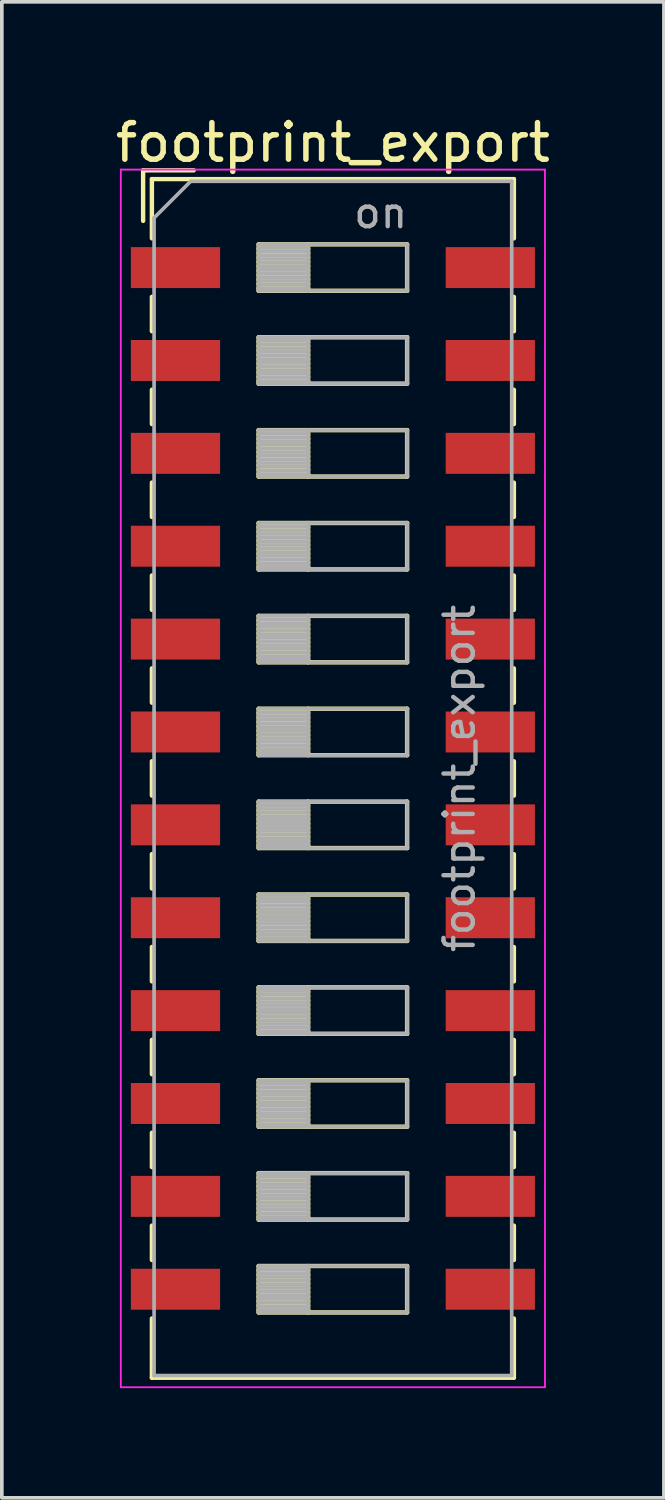
<source format=kicad_pcb>
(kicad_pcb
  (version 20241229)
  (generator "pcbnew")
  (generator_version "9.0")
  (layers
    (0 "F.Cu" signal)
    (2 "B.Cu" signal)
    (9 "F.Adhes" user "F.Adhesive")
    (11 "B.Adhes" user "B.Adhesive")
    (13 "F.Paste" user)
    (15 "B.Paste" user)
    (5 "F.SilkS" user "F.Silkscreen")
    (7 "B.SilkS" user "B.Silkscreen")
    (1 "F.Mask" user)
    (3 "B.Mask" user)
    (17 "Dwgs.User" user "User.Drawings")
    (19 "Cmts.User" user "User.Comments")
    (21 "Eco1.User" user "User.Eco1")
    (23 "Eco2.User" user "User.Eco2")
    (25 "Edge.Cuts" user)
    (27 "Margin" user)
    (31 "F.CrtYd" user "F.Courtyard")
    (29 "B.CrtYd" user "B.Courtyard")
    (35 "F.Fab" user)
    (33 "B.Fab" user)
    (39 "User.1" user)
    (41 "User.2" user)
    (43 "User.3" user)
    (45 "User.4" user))
  (footprint "footprint_export"
    (layer "F.Cu")
    (at 6.054 18.238)
    (property "Reference" "footprint_export" (at 0 -17.39 0) (layer "F.SilkS") (effects (font (size 1 1) (thickness 0.15))))
    (attr smd)
    (fp_line (start -5.19 -16.63) (end -5.19 -15.247) (stroke (width 0.12) (type solid)) (layer "F.SilkS"))
    (fp_line (start -5.19 -16.63) (end -3.806 -16.63) (stroke (width 0.12) (type solid)) (layer "F.SilkS"))
    (fp_line (start -4.95 -16.39) (end -4.95 -14.77) (stroke (width 0.12) (type solid)) (layer "F.SilkS"))
    (fp_line (start -4.95 -16.39) (end 4.95 -16.39) (stroke (width 0.12) (type solid)) (layer "F.SilkS"))
    (fp_line (start -4.95 -13.17) (end -4.95 -12.23) (stroke (width 0.12) (type solid)) (layer "F.SilkS"))
    (fp_line (start -4.95 -10.63) (end -4.95 -9.69) (stroke (width 0.12) (type solid)) (layer "F.SilkS"))
    (fp_line (start -4.95 -8.09) (end -4.95 -7.15) (stroke (width 0.12) (type solid)) (layer "F.SilkS"))
    (fp_line (start -4.95 -5.55) (end -4.95 -4.61) (stroke (width 0.12) (type solid)) (layer "F.SilkS"))
    (fp_line (start -4.95 -3.01) (end -4.95 -2.07) (stroke (width 0.12) (type solid)) (layer "F.SilkS"))
    (fp_line (start -4.95 -0.47) (end -4.95 0.47) (stroke (width 0.12) (type solid)) (layer "F.SilkS"))
    (fp_line (start -4.95 2.07) (end -4.95 3.01) (stroke (width 0.12) (type solid)) (layer "F.SilkS"))
    (fp_line (start -4.95 4.61) (end -4.95 5.55) (stroke (width 0.12) (type solid)) (layer "F.SilkS"))
    (fp_line (start -4.95 7.15) (end -4.95 8.09) (stroke (width 0.12) (type solid)) (layer "F.SilkS"))
    (fp_line (start -4.95 9.69) (end -4.95 10.63) (stroke (width 0.12) (type solid)) (layer "F.SilkS"))
    (fp_line (start -4.95 12.23) (end -4.95 13.17) (stroke (width 0.12) (type solid)) (layer "F.SilkS"))
    (fp_line (start -4.95 14.77) (end -4.95 16.39) (stroke (width 0.12) (type solid)) (layer "F.SilkS"))
    (fp_line (start -4.95 16.39) (end 4.95 16.39) (stroke (width 0.12) (type solid)) (layer "F.SilkS"))
    (fp_line (start -2.03 -14.605) (end -2.03 -13.335) (stroke (width 0.12) (type solid)) (layer "F.SilkS"))
    (fp_line (start -2.03 -14.485) (end -0.677 -14.485) (stroke (width 0.12) (type solid)) (layer "F.SilkS"))
    (fp_line (start -2.03 -14.365) (end -0.677 -14.365) (stroke (width 0.12) (type solid)) (layer "F.SilkS"))
    (fp_line (start -2.03 -14.245) (end -0.677 -14.245) (stroke (width 0.12) (type solid)) (layer "F.SilkS"))
    (fp_line (start -2.03 -14.125) (end -0.677 -14.125) (stroke (width 0.12) (type solid)) (layer "F.SilkS"))
    (fp_line (start -2.03 -14.005) (end -0.677 -14.005) (stroke (width 0.12) (type solid)) (layer "F.SilkS"))
    (fp_line (start -2.03 -13.885) (end -0.677 -13.885) (stroke (width 0.12) (type solid)) (layer "F.SilkS"))
    (fp_line (start -2.03 -13.765) (end -0.677 -13.765) (stroke (width 0.12) (type solid)) (layer "F.SilkS"))
    (fp_line (start -2.03 -13.645) (end -0.677 -13.645) (stroke (width 0.12) (type solid)) (layer "F.SilkS"))
    (fp_line (start -2.03 -13.525) (end -0.677 -13.525) (stroke (width 0.12) (type solid)) (layer "F.SilkS"))
    (fp_line (start -2.03 -13.405) (end -0.677 -13.405) (stroke (width 0.12) (type solid)) (layer "F.SilkS"))
    (fp_line (start -2.03 -13.335) (end 2.03 -13.335) (stroke (width 0.12) (type solid)) (layer "F.SilkS"))
    (fp_line (start -2.03 -12.065) (end -2.03 -10.795) (stroke (width 0.12) (type solid)) (layer "F.SilkS"))
    (fp_line (start -2.03 -11.945) (end -0.677 -11.945) (stroke (width 0.12) (type solid)) (layer "F.SilkS"))
    (fp_line (start -2.03 -11.825) (end -0.677 -11.825) (stroke (width 0.12) (type solid)) (layer "F.SilkS"))
    (fp_line (start -2.03 -11.705) (end -0.677 -11.705) (stroke (width 0.12) (type solid)) (layer "F.SilkS"))
    (fp_line (start -2.03 -11.585) (end -0.677 -11.585) (stroke (width 0.12) (type solid)) (layer "F.SilkS"))
    (fp_line (start -2.03 -11.465) (end -0.677 -11.465) (stroke (width 0.12) (type solid)) (layer "F.SilkS"))
    (fp_line (start -2.03 -11.345) (end -0.677 -11.345) (stroke (width 0.12) (type solid)) (layer "F.SilkS"))
    (fp_line (start -2.03 -11.225) (end -0.677 -11.225) (stroke (width 0.12) (type solid)) (layer "F.SilkS"))
    (fp_line (start -2.03 -11.105) (end -0.677 -11.105) (stroke (width 0.12) (type solid)) (layer "F.SilkS"))
    (fp_line (start -2.03 -10.985) (end -0.677 -10.985) (stroke (width 0.12) (type solid)) (layer "F.SilkS"))
    (fp_line (start -2.03 -10.865) (end -0.677 -10.865) (stroke (width 0.12) (type solid)) (layer "F.SilkS"))
    (fp_line (start -2.03 -10.795) (end 2.03 -10.795) (stroke (width 0.12) (type solid)) (layer "F.SilkS"))
    (fp_line (start -2.03 -9.525) (end -2.03 -8.255) (stroke (width 0.12) (type solid)) (layer "F.SilkS"))
    (fp_line (start -2.03 -9.405) (end -0.677 -9.405) (stroke (width 0.12) (type solid)) (layer "F.SilkS"))
    (fp_line (start -2.03 -9.285) (end -0.677 -9.285) (stroke (width 0.12) (type solid)) (layer "F.SilkS"))
    (fp_line (start -2.03 -9.165) (end -0.677 -9.165) (stroke (width 0.12) (type solid)) (layer "F.SilkS"))
    (fp_line (start -2.03 -9.045) (end -0.677 -9.045) (stroke (width 0.12) (type solid)) (layer "F.SilkS"))
    (fp_line (start -2.03 -8.925) (end -0.677 -8.925) (stroke (width 0.12) (type solid)) (layer "F.SilkS"))
    (fp_line (start -2.03 -8.805) (end -0.677 -8.805) (stroke (width 0.12) (type solid)) (layer "F.SilkS"))
    (fp_line (start -2.03 -8.685) (end -0.677 -8.685) (stroke (width 0.12) (type solid)) (layer "F.SilkS"))
    (fp_line (start -2.03 -8.565) (end -0.677 -8.565) (stroke (width 0.12) (type solid)) (layer "F.SilkS"))
    (fp_line (start -2.03 -8.445) (end -0.677 -8.445) (stroke (width 0.12) (type solid)) (layer "F.SilkS"))
    (fp_line (start -2.03 -8.325) (end -0.677 -8.325) (stroke (width 0.12) (type solid)) (layer "F.SilkS"))
    (fp_line (start -2.03 -8.255) (end 2.03 -8.255) (stroke (width 0.12) (type solid)) (layer "F.SilkS"))
    (fp_line (start -2.03 -6.985) (end -2.03 -5.715) (stroke (width 0.12) (type solid)) (layer "F.SilkS"))
    (fp_line (start -2.03 -6.865) (end -0.677 -6.865) (stroke (width 0.12) (type solid)) (layer "F.SilkS"))
    (fp_line (start -2.03 -6.745) (end -0.677 -6.745) (stroke (width 0.12) (type solid)) (layer "F.SilkS"))
    (fp_line (start -2.03 -6.625) (end -0.677 -6.625) (stroke (width 0.12) (type solid)) (layer "F.SilkS"))
    (fp_line (start -2.03 -6.505) (end -0.677 -6.505) (stroke (width 0.12) (type solid)) (layer "F.SilkS"))
    (fp_line (start -2.03 -6.385) (end -0.677 -6.385) (stroke (width 0.12) (type solid)) (layer "F.SilkS"))
    (fp_line (start -2.03 -6.265) (end -0.677 -6.265) (stroke (width 0.12) (type solid)) (layer "F.SilkS"))
    (fp_line (start -2.03 -6.145) (end -0.677 -6.145) (stroke (width 0.12) (type solid)) (layer "F.SilkS"))
    (fp_line (start -2.03 -6.025) (end -0.677 -6.025) (stroke (width 0.12) (type solid)) (layer "F.SilkS"))
    (fp_line (start -2.03 -5.905) (end -0.677 -5.905) (stroke (width 0.12) (type solid)) (layer "F.SilkS"))
    (fp_line (start -2.03 -5.785) (end -0.677 -5.785) (stroke (width 0.12) (type solid)) (layer "F.SilkS"))
    (fp_line (start -2.03 -5.715) (end 2.03 -5.715) (stroke (width 0.12) (type solid)) (layer "F.SilkS"))
    (fp_line (start -2.03 -4.445) (end -2.03 -3.175) (stroke (width 0.12) (type solid)) (layer "F.SilkS"))
    (fp_line (start -2.03 -4.325) (end -0.677 -4.325) (stroke (width 0.12) (type solid)) (layer "F.SilkS"))
    (fp_line (start -2.03 -4.205) (end -0.677 -4.205) (stroke (width 0.12) (type solid)) (layer "F.SilkS"))
    (fp_line (start -2.03 -4.085) (end -0.677 -4.085) (stroke (width 0.12) (type solid)) (layer "F.SilkS"))
    (fp_line (start -2.03 -3.965) (end -0.677 -3.965) (stroke (width 0.12) (type solid)) (layer "F.SilkS"))
    (fp_line (start -2.03 -3.845) (end -0.677 -3.845) (stroke (width 0.12) (type solid)) (layer "F.SilkS"))
    (fp_line (start -2.03 -3.725) (end -0.677 -3.725) (stroke (width 0.12) (type solid)) (layer "F.SilkS"))
    (fp_line (start -2.03 -3.605) (end -0.677 -3.605) (stroke (width 0.12) (type solid)) (layer "F.SilkS"))
    (fp_line (start -2.03 -3.485) (end -0.677 -3.485) (stroke (width 0.12) (type solid)) (layer "F.SilkS"))
    (fp_line (start -2.03 -3.365) (end -0.677 -3.365) (stroke (width 0.12) (type solid)) (layer "F.SilkS"))
    (fp_line (start -2.03 -3.245) (end -0.677 -3.245) (stroke (width 0.12) (type solid)) (layer "F.SilkS"))
    (fp_line (start -2.03 -3.175) (end 2.03 -3.175) (stroke (width 0.12) (type solid)) (layer "F.SilkS"))
    (fp_line (start -2.03 -1.905) (end -2.03 -0.635) (stroke (width 0.12) (type solid)) (layer "F.SilkS"))
    (fp_line (start -2.03 -1.785) (end -0.677 -1.785) (stroke (width 0.12) (type solid)) (layer "F.SilkS"))
    (fp_line (start -2.03 -1.665) (end -0.677 -1.665) (stroke (width 0.12) (type solid)) (layer "F.SilkS"))
    (fp_line (start -2.03 -1.545) (end -0.677 -1.545) (stroke (width 0.12) (type solid)) (layer "F.SilkS"))
    (fp_line (start -2.03 -1.425) (end -0.677 -1.425) (stroke (width 0.12) (type solid)) (layer "F.SilkS"))
    (fp_line (start -2.03 -1.305) (end -0.677 -1.305) (stroke (width 0.12) (type solid)) (layer "F.SilkS"))
    (fp_line (start -2.03 -1.185) (end -0.677 -1.185) (stroke (width 0.12) (type solid)) (layer "F.SilkS"))
    (fp_line (start -2.03 -1.065) (end -0.677 -1.065) (stroke (width 0.12) (type solid)) (layer "F.SilkS"))
    (fp_line (start -2.03 -0.945) (end -0.677 -0.945) (stroke (width 0.12) (type solid)) (layer "F.SilkS"))
    (fp_line (start -2.03 -0.825) (end -0.677 -0.825) (stroke (width 0.12) (type solid)) (layer "F.SilkS"))
    (fp_line (start -2.03 -0.705) (end -0.677 -0.705) (stroke (width 0.12) (type solid)) (layer "F.SilkS"))
    (fp_line (start -2.03 -0.635) (end 2.03 -0.635) (stroke (width 0.12) (type solid)) (layer "F.SilkS"))
    (fp_line (start -2.03 0.635) (end -2.03 1.905) (stroke (width 0.12) (type solid)) (layer "F.SilkS"))
    (fp_line (start -2.03 0.755) (end -0.677 0.755) (stroke (width 0.12) (type solid)) (layer "F.SilkS"))
    (fp_line (start -2.03 0.875) (end -0.677 0.875) (stroke (width 0.12) (type solid)) (layer "F.SilkS"))
    (fp_line (start -2.03 0.995) (end -0.677 0.995) (stroke (width 0.12) (type solid)) (layer "F.SilkS"))
    (fp_line (start -2.03 1.115) (end -0.677 1.115) (stroke (width 0.12) (type solid)) (layer "F.SilkS"))
    (fp_line (start -2.03 1.235) (end -0.677 1.235) (stroke (width 0.12) (type solid)) (layer "F.SilkS"))
    (fp_line (start -2.03 1.355) (end -0.677 1.355) (stroke (width 0.12) (type solid)) (layer "F.SilkS"))
    (fp_line (start -2.03 1.475) (end -0.677 1.475) (stroke (width 0.12) (type solid)) (layer "F.SilkS"))
    (fp_line (start -2.03 1.595) (end -0.677 1.595) (stroke (width 0.12) (type solid)) (layer "F.SilkS"))
    (fp_line (start -2.03 1.715) (end -0.677 1.715) (stroke (width 0.12) (type solid)) (layer "F.SilkS"))
    (fp_line (start -2.03 1.835) (end -0.677 1.835) (stroke (width 0.12) (type solid)) (layer "F.SilkS"))
    (fp_line (start -2.03 1.905) (end 2.03 1.905) (stroke (width 0.12) (type solid)) (layer "F.SilkS"))
    (fp_line (start -2.03 3.175) (end -2.03 4.445) (stroke (width 0.12) (type solid)) (layer "F.SilkS"))
    (fp_line (start -2.03 3.295) (end -0.677 3.295) (stroke (width 0.12) (type solid)) (layer "F.SilkS"))
    (fp_line (start -2.03 3.415) (end -0.677 3.415) (stroke (width 0.12) (type solid)) (layer "F.SilkS"))
    (fp_line (start -2.03 3.535) (end -0.677 3.535) (stroke (width 0.12) (type solid)) (layer "F.SilkS"))
    (fp_line (start -2.03 3.655) (end -0.677 3.655) (stroke (width 0.12) (type solid)) (layer "F.SilkS"))
    (fp_line (start -2.03 3.775) (end -0.677 3.775) (stroke (width 0.12) (type solid)) (layer "F.SilkS"))
    (fp_line (start -2.03 3.895) (end -0.677 3.895) (stroke (width 0.12) (type solid)) (layer "F.SilkS"))
    (fp_line (start -2.03 4.015) (end -0.677 4.015) (stroke (width 0.12) (type solid)) (layer "F.SilkS"))
    (fp_line (start -2.03 4.135) (end -0.677 4.135) (stroke (width 0.12) (type solid)) (layer "F.SilkS"))
    (fp_line (start -2.03 4.255) (end -0.677 4.255) (stroke (width 0.12) (type solid)) (layer "F.SilkS"))
    (fp_line (start -2.03 4.375) (end -0.677 4.375) (stroke (width 0.12) (type solid)) (layer "F.SilkS"))
    (fp_line (start -2.03 4.445) (end 2.03 4.445) (stroke (width 0.12) (type solid)) (layer "F.SilkS"))
    (fp_line (start -2.03 5.715) (end -2.03 6.985) (stroke (width 0.12) (type solid)) (layer "F.SilkS"))
    (fp_line (start -2.03 5.835) (end -0.677 5.835) (stroke (width 0.12) (type solid)) (layer "F.SilkS"))
    (fp_line (start -2.03 5.955) (end -0.677 5.955) (stroke (width 0.12) (type solid)) (layer "F.SilkS"))
    (fp_line (start -2.03 6.075) (end -0.677 6.075) (stroke (width 0.12) (type solid)) (layer "F.SilkS"))
    (fp_line (start -2.03 6.195) (end -0.677 6.195) (stroke (width 0.12) (type solid)) (layer "F.SilkS"))
    (fp_line (start -2.03 6.315) (end -0.677 6.315) (stroke (width 0.12) (type solid)) (layer "F.SilkS"))
    (fp_line (start -2.03 6.435) (end -0.677 6.435) (stroke (width 0.12) (type solid)) (layer "F.SilkS"))
    (fp_line (start -2.03 6.555) (end -0.677 6.555) (stroke (width 0.12) (type solid)) (layer "F.SilkS"))
    (fp_line (start -2.03 6.675) (end -0.677 6.675) (stroke (width 0.12) (type solid)) (layer "F.SilkS"))
    (fp_line (start -2.03 6.795) (end -0.677 6.795) (stroke (width 0.12) (type solid)) (layer "F.SilkS"))
    (fp_line (start -2.03 6.915) (end -0.677 6.915) (stroke (width 0.12) (type solid)) (layer "F.SilkS"))
    (fp_line (start -2.03 6.985) (end 2.03 6.985) (stroke (width 0.12) (type solid)) (layer "F.SilkS"))
    (fp_line (start -2.03 8.255) (end -2.03 9.525) (stroke (width 0.12) (type solid)) (layer "F.SilkS"))
    (fp_line (start -2.03 8.375) (end -0.677 8.375) (stroke (width 0.12) (type solid)) (layer "F.SilkS"))
    (fp_line (start -2.03 8.495) (end -0.677 8.495) (stroke (width 0.12) (type solid)) (layer "F.SilkS"))
    (fp_line (start -2.03 8.615) (end -0.677 8.615) (stroke (width 0.12) (type solid)) (layer "F.SilkS"))
    (fp_line (start -2.03 8.735) (end -0.677 8.735) (stroke (width 0.12) (type solid)) (layer "F.SilkS"))
    (fp_line (start -2.03 8.855) (end -0.677 8.855) (stroke (width 0.12) (type solid)) (layer "F.SilkS"))
    (fp_line (start -2.03 8.975) (end -0.677 8.975) (stroke (width 0.12) (type solid)) (layer "F.SilkS"))
    (fp_line (start -2.03 9.095) (end -0.677 9.095) (stroke (width 0.12) (type solid)) (layer "F.SilkS"))
    (fp_line (start -2.03 9.215) (end -0.677 9.215) (stroke (width 0.12) (type solid)) (layer "F.SilkS"))
    (fp_line (start -2.03 9.335) (end -0.677 9.335) (stroke (width 0.12) (type solid)) (layer "F.SilkS"))
    (fp_line (start -2.03 9.455) (end -0.677 9.455) (stroke (width 0.12) (type solid)) (layer "F.SilkS"))
    (fp_line (start -2.03 9.525) (end 2.03 9.525) (stroke (width 0.12) (type solid)) (layer "F.SilkS"))
    (fp_line (start -2.03 10.795) (end -2.03 12.065) (stroke (width 0.12) (type solid)) (layer "F.SilkS"))
    (fp_line (start -2.03 10.915) (end -0.677 10.915) (stroke (width 0.12) (type solid)) (layer "F.SilkS"))
    (fp_line (start -2.03 11.035) (end -0.677 11.035) (stroke (width 0.12) (type solid)) (layer "F.SilkS"))
    (fp_line (start -2.03 11.155) (end -0.677 11.155) (stroke (width 0.12) (type solid)) (layer "F.SilkS"))
    (fp_line (start -2.03 11.275) (end -0.677 11.275) (stroke (width 0.12) (type solid)) (layer "F.SilkS"))
    (fp_line (start -2.03 11.395) (end -0.677 11.395) (stroke (width 0.12) (type solid)) (layer "F.SilkS"))
    (fp_line (start -2.03 11.515) (end -0.677 11.515) (stroke (width 0.12) (type solid)) (layer "F.SilkS"))
    (fp_line (start -2.03 11.635) (end -0.677 11.635) (stroke (width 0.12) (type solid)) (layer "F.SilkS"))
    (fp_line (start -2.03 11.755) (end -0.677 11.755) (stroke (width 0.12) (type solid)) (layer "F.SilkS"))
    (fp_line (start -2.03 11.875) (end -0.677 11.875) (stroke (width 0.12) (type solid)) (layer "F.SilkS"))
    (fp_line (start -2.03 11.995) (end -0.677 11.995) (stroke (width 0.12) (type solid)) (layer "F.SilkS"))
    (fp_line (start -2.03 12.065) (end 2.03 12.065) (stroke (width 0.12) (type solid)) (layer "F.SilkS"))
    (fp_line (start -2.03 13.335) (end -2.03 14.605) (stroke (width 0.12) (type solid)) (layer "F.SilkS"))
    (fp_line (start -2.03 13.455) (end -0.677 13.455) (stroke (width 0.12) (type solid)) (layer "F.SilkS"))
    (fp_line (start -2.03 13.575) (end -0.677 13.575) (stroke (width 0.12) (type solid)) (layer "F.SilkS"))
    (fp_line (start -2.03 13.695) (end -0.677 13.695) (stroke (width 0.12) (type solid)) (layer "F.SilkS"))
    (fp_line (start -2.03 13.815) (end -0.677 13.815) (stroke (width 0.12) (type solid)) (layer "F.SilkS"))
    (fp_line (start -2.03 13.935) (end -0.677 13.935) (stroke (width 0.12) (type solid)) (layer "F.SilkS"))
    (fp_line (start -2.03 14.055) (end -0.677 14.055) (stroke (width 0.12) (type solid)) (layer "F.SilkS"))
    (fp_line (start -2.03 14.175) (end -0.677 14.175) (stroke (width 0.12) (type solid)) (layer "F.SilkS"))
    (fp_line (start -2.03 14.295) (end -0.677 14.295) (stroke (width 0.12) (type solid)) (layer "F.SilkS"))
    (fp_line (start -2.03 14.415) (end -0.677 14.415) (stroke (width 0.12) (type solid)) (layer "F.SilkS"))
    (fp_line (start -2.03 14.535) (end -0.677 14.535) (stroke (width 0.12) (type solid)) (layer "F.SilkS"))
    (fp_line (start -2.03 14.605) (end 2.03 14.605) (stroke (width 0.12) (type solid)) (layer "F.SilkS"))
    (fp_line (start -0.677 -14.605) (end -0.677 -13.335) (stroke (width 0.12) (type solid)) (layer "F.SilkS"))
    (fp_line (start -0.677 -12.065) (end -0.677 -10.795) (stroke (width 0.12) (type solid)) (layer "F.SilkS"))
    (fp_line (start -0.677 -9.525) (end -0.677 -8.255) (stroke (width 0.12) (type solid)) (layer "F.SilkS"))
    (fp_line (start -0.677 -6.985) (end -0.677 -5.715) (stroke (width 0.12) (type solid)) (layer "F.SilkS"))
    (fp_line (start -0.677 -4.445) (end -0.677 -3.175) (stroke (width 0.12) (type solid)) (layer "F.SilkS"))
    (fp_line (start -0.677 -1.905) (end -0.677 -0.635) (stroke (width 0.12) (type solid)) (layer "F.SilkS"))
    (fp_line (start -0.677 0.635) (end -0.677 1.905) (stroke (width 0.12) (type solid)) (layer "F.SilkS"))
    (fp_line (start -0.677 3.175) (end -0.677 4.445) (stroke (width 0.12) (type solid)) (layer "F.SilkS"))
    (fp_line (start -0.677 5.715) (end -0.677 6.985) (stroke (width 0.12) (type solid)) (layer "F.SilkS"))
    (fp_line (start -0.677 8.255) (end -0.677 9.525) (stroke (width 0.12) (type solid)) (layer "F.SilkS"))
    (fp_line (start -0.677 10.795) (end -0.677 12.065) (stroke (width 0.12) (type solid)) (layer "F.SilkS"))
    (fp_line (start -0.677 13.335) (end -0.677 14.605) (stroke (width 0.12) (type solid)) (layer "F.SilkS"))
    (fp_line (start 2.03 -14.605) (end -2.03 -14.605) (stroke (width 0.12) (type solid)) (layer "F.SilkS"))
    (fp_line (start 2.03 -13.335) (end 2.03 -14.605) (stroke (width 0.12) (type solid)) (layer "F.SilkS"))
    (fp_line (start 2.03 -12.065) (end -2.03 -12.065) (stroke (width 0.12) (type solid)) (layer "F.SilkS"))
    (fp_line (start 2.03 -10.795) (end 2.03 -12.065) (stroke (width 0.12) (type solid)) (layer "F.SilkS"))
    (fp_line (start 2.03 -9.525) (end -2.03 -9.525) (stroke (width 0.12) (type solid)) (layer "F.SilkS"))
    (fp_line (start 2.03 -8.255) (end 2.03 -9.525) (stroke (width 0.12) (type solid)) (layer "F.SilkS"))
    (fp_line (start 2.03 -6.985) (end -2.03 -6.985) (stroke (width 0.12) (type solid)) (layer "F.SilkS"))
    (fp_line (start 2.03 -5.715) (end 2.03 -6.985) (stroke (width 0.12) (type solid)) (layer "F.SilkS"))
    (fp_line (start 2.03 -4.445) (end -2.03 -4.445) (stroke (width 0.12) (type solid)) (layer "F.SilkS"))
    (fp_line (start 2.03 -3.175) (end 2.03 -4.445) (stroke (width 0.12) (type solid)) (layer "F.SilkS"))
    (fp_line (start 2.03 -1.905) (end -2.03 -1.905) (stroke (width 0.12) (type solid)) (layer "F.SilkS"))
    (fp_line (start 2.03 -0.635) (end 2.03 -1.905) (stroke (width 0.12) (type solid)) (layer "F.SilkS"))
    (fp_line (start 2.03 0.635) (end -2.03 0.635) (stroke (width 0.12) (type solid)) (layer "F.SilkS"))
    (fp_line (start 2.03 1.905) (end 2.03 0.635) (stroke (width 0.12) (type solid)) (layer "F.SilkS"))
    (fp_line (start 2.03 3.175) (end -2.03 3.175) (stroke (width 0.12) (type solid)) (layer "F.SilkS"))
    (fp_line (start 2.03 4.445) (end 2.03 3.175) (stroke (width 0.12) (type solid)) (layer "F.SilkS"))
    (fp_line (start 2.03 5.715) (end -2.03 5.715) (stroke (width 0.12) (type solid)) (layer "F.SilkS"))
    (fp_line (start 2.03 6.985) (end 2.03 5.715) (stroke (width 0.12) (type solid)) (layer "F.SilkS"))
    (fp_line (start 2.03 8.255) (end -2.03 8.255) (stroke (width 0.12) (type solid)) (layer "F.SilkS"))
    (fp_line (start 2.03 9.525) (end 2.03 8.255) (stroke (width 0.12) (type solid)) (layer "F.SilkS"))
    (fp_line (start 2.03 10.795) (end -2.03 10.795) (stroke (width 0.12) (type solid)) (layer "F.SilkS"))
    (fp_line (start 2.03 12.065) (end 2.03 10.795) (stroke (width 0.12) (type solid)) (layer "F.SilkS"))
    (fp_line (start 2.03 13.335) (end -2.03 13.335) (stroke (width 0.12) (type solid)) (layer "F.SilkS"))
    (fp_line (start 2.03 14.605) (end 2.03 13.335) (stroke (width 0.12) (type solid)) (layer "F.SilkS"))
    (fp_line (start 4.95 -16.39) (end 4.95 -14.77) (stroke (width 0.12) (type solid)) (layer "F.SilkS"))
    (fp_line (start 4.95 -13.169) (end 4.95 -12.229) (stroke (width 0.12) (type solid)) (layer "F.SilkS"))
    (fp_line (start 4.95 -10.629) (end 4.95 -9.689) (stroke (width 0.12) (type solid)) (layer "F.SilkS"))
    (fp_line (start 4.95 -8.089) (end 4.95 -7.149) (stroke (width 0.12) (type solid)) (layer "F.SilkS"))
    (fp_line (start 4.95 -5.549) (end 4.95 -4.609) (stroke (width 0.12) (type solid)) (layer "F.SilkS"))
    (fp_line (start 4.95 -3.009) (end 4.95 -2.069) (stroke (width 0.12) (type solid)) (layer "F.SilkS"))
    (fp_line (start 4.95 -0.469) (end 4.95 0.471) (stroke (width 0.12) (type solid)) (layer "F.SilkS"))
    (fp_line (start 4.95 2.071) (end 4.95 3.011) (stroke (width 0.12) (type solid)) (layer "F.SilkS"))
    (fp_line (start 4.95 4.611) (end 4.95 5.551) (stroke (width 0.12) (type solid)) (layer "F.SilkS"))
    (fp_line (start 4.95 7.151) (end 4.95 8.09) (stroke (width 0.12) (type solid)) (layer "F.SilkS"))
    (fp_line (start 4.95 9.691) (end 4.95 10.63) (stroke (width 0.12) (type solid)) (layer "F.SilkS"))
    (fp_line (start 4.95 12.231) (end 4.95 13.17) (stroke (width 0.12) (type solid)) (layer "F.SilkS"))
    (fp_line (start 4.95 14.77) (end 4.95 16.39) (stroke (width 0.12) (type solid)) (layer "F.SilkS"))
    (fp_line (start -5.8 -16.65) (end -5.8 16.65) (stroke (width 0.05) (type solid)) (layer "F.CrtYd"))
    (fp_line (start -5.8 16.65) (end 5.8 16.65) (stroke (width 0.05) (type solid)) (layer "F.CrtYd"))
    (fp_line (start 5.8 -16.65) (end -5.8 -16.65) (stroke (width 0.05) (type solid)) (layer "F.CrtYd"))
    (fp_line (start 5.8 16.65) (end 5.8 -16.65) (stroke (width 0.05) (type solid)) (layer "F.CrtYd"))
    (fp_line (start -4.89 -15.33) (end -3.89 -16.33) (stroke (width 0.1) (type solid)) (layer "F.Fab"))
    (fp_line (start -4.89 16.33) (end -4.89 -15.33) (stroke (width 0.1) (type solid)) (layer "F.Fab"))
    (fp_line (start -3.89 -16.33) (end 4.89 -16.33) (stroke (width 0.1) (type solid)) (layer "F.Fab"))
    (fp_line (start -2.03 -14.605) (end -2.03 -13.335) (stroke (width 0.1) (type solid)) (layer "F.Fab"))
    (fp_line (start -2.03 -14.505) (end -0.677 -14.505) (stroke (width 0.1) (type solid)) (layer "F.Fab"))
    (fp_line (start -2.03 -14.405) (end -0.677 -14.405) (stroke (width 0.1) (type solid)) (layer "F.Fab"))
    (fp_line (start -2.03 -14.305) (end -0.677 -14.305) (stroke (width 0.1) (type solid)) (layer "F.Fab"))
    (fp_line (start -2.03 -14.205) (end -0.677 -14.205) (stroke (width 0.1) (type solid)) (layer "F.Fab"))
    (fp_line (start -2.03 -14.105) (end -0.677 -14.105) (stroke (width 0.1) (type solid)) (layer "F.Fab"))
    (fp_line (start -2.03 -14.005) (end -0.677 -14.005) (stroke (width 0.1) (type solid)) (layer "F.Fab"))
    (fp_line (start -2.03 -13.905) (end -0.677 -13.905) (stroke (width 0.1) (type solid)) (layer "F.Fab"))
    (fp_line (start -2.03 -13.805) (end -0.677 -13.805) (stroke (width 0.1) (type solid)) (layer "F.Fab"))
    (fp_line (start -2.03 -13.705) (end -0.677 -13.705) (stroke (width 0.1) (type solid)) (layer "F.Fab"))
    (fp_line (start -2.03 -13.605) (end -0.677 -13.605) (stroke (width 0.1) (type solid)) (layer "F.Fab"))
    (fp_line (start -2.03 -13.505) (end -0.677 -13.505) (stroke (width 0.1) (type solid)) (layer "F.Fab"))
    (fp_line (start -2.03 -13.405) (end -0.677 -13.405) (stroke (width 0.1) (type solid)) (layer "F.Fab"))
    (fp_line (start -2.03 -13.335) (end 2.03 -13.335) (stroke (width 0.1) (type solid)) (layer "F.Fab"))
    (fp_line (start -2.03 -12.065) (end -2.03 -10.795) (stroke (width 0.1) (type solid)) (layer "F.Fab"))
    (fp_line (start -2.03 -11.965) (end -0.677 -11.965) (stroke (width 0.1) (type solid)) (layer "F.Fab"))
    (fp_line (start -2.03 -11.865) (end -0.677 -11.865) (stroke (width 0.1) (type solid)) (layer "F.Fab"))
    (fp_line (start -2.03 -11.765) (end -0.677 -11.765) (stroke (width 0.1) (type solid)) (layer "F.Fab"))
    (fp_line (start -2.03 -11.665) (end -0.677 -11.665) (stroke (width 0.1) (type solid)) (layer "F.Fab"))
    (fp_line (start -2.03 -11.565) (end -0.677 -11.565) (stroke (width 0.1) (type solid)) (layer "F.Fab"))
    (fp_line (start -2.03 -11.465) (end -0.677 -11.465) (stroke (width 0.1) (type solid)) (layer "F.Fab"))
    (fp_line (start -2.03 -11.365) (end -0.677 -11.365) (stroke (width 0.1) (type solid)) (layer "F.Fab"))
    (fp_line (start -2.03 -11.265) (end -0.677 -11.265) (stroke (width 0.1) (type solid)) (layer "F.Fab"))
    (fp_line (start -2.03 -11.165) (end -0.677 -11.165) (stroke (width 0.1) (type solid)) (layer "F.Fab"))
    (fp_line (start -2.03 -11.065) (end -0.677 -11.065) (stroke (width 0.1) (type solid)) (layer "F.Fab"))
    (fp_line (start -2.03 -10.965) (end -0.677 -10.965) (stroke (width 0.1) (type solid)) (layer "F.Fab"))
    (fp_line (start -2.03 -10.865) (end -0.677 -10.865) (stroke (width 0.1) (type solid)) (layer "F.Fab"))
    (fp_line (start -2.03 -10.795) (end 2.03 -10.795) (stroke (width 0.1) (type solid)) (layer "F.Fab"))
    (fp_line (start -2.03 -9.525) (end -2.03 -8.255) (stroke (width 0.1) (type solid)) (layer "F.Fab"))
    (fp_line (start -2.03 -9.425) (end -0.677 -9.425) (stroke (width 0.1) (type solid)) (layer "F.Fab"))
    (fp_line (start -2.03 -9.325) (end -0.677 -9.325) (stroke (width 0.1) (type solid)) (layer "F.Fab"))
    (fp_line (start -2.03 -9.225) (end -0.677 -9.225) (stroke (width 0.1) (type solid)) (layer "F.Fab"))
    (fp_line (start -2.03 -9.125) (end -0.677 -9.125) (stroke (width 0.1) (type solid)) (layer "F.Fab"))
    (fp_line (start -2.03 -9.025) (end -0.677 -9.025) (stroke (width 0.1) (type solid)) (layer "F.Fab"))
    (fp_line (start -2.03 -8.925) (end -0.677 -8.925) (stroke (width 0.1) (type solid)) (layer "F.Fab"))
    (fp_line (start -2.03 -8.825) (end -0.677 -8.825) (stroke (width 0.1) (type solid)) (layer "F.Fab"))
    (fp_line (start -2.03 -8.725) (end -0.677 -8.725) (stroke (width 0.1) (type solid)) (layer "F.Fab"))
    (fp_line (start -2.03 -8.625) (end -0.677 -8.625) (stroke (width 0.1) (type solid)) (layer "F.Fab"))
    (fp_line (start -2.03 -8.525) (end -0.677 -8.525) (stroke (width 0.1) (type solid)) (layer "F.Fab"))
    (fp_line (start -2.03 -8.425) (end -0.677 -8.425) (stroke (width 0.1) (type solid)) (layer "F.Fab"))
    (fp_line (start -2.03 -8.325) (end -0.677 -8.325) (stroke (width 0.1) (type solid)) (layer "F.Fab"))
    (fp_line (start -2.03 -8.255) (end 2.03 -8.255) (stroke (width 0.1) (type solid)) (layer "F.Fab"))
    (fp_line (start -2.03 -6.985) (end -2.03 -5.715) (stroke (width 0.1) (type solid)) (layer "F.Fab"))
    (fp_line (start -2.03 -6.885) (end -0.677 -6.885) (stroke (width 0.1) (type solid)) (layer "F.Fab"))
    (fp_line (start -2.03 -6.785) (end -0.677 -6.785) (stroke (width 0.1) (type solid)) (layer "F.Fab"))
    (fp_line (start -2.03 -6.685) (end -0.677 -6.685) (stroke (width 0.1) (type solid)) (layer "F.Fab"))
    (fp_line (start -2.03 -6.585) (end -0.677 -6.585) (stroke (width 0.1) (type solid)) (layer "F.Fab"))
    (fp_line (start -2.03 -6.485) (end -0.677 -6.485) (stroke (width 0.1) (type solid)) (layer "F.Fab"))
    (fp_line (start -2.03 -6.385) (end -0.677 -6.385) (stroke (width 0.1) (type solid)) (layer "F.Fab"))
    (fp_line (start -2.03 -6.285) (end -0.677 -6.285) (stroke (width 0.1) (type solid)) (layer "F.Fab"))
    (fp_line (start -2.03 -6.185) (end -0.677 -6.185) (stroke (width 0.1) (type solid)) (layer "F.Fab"))
    (fp_line (start -2.03 -6.085) (end -0.677 -6.085) (stroke (width 0.1) (type solid)) (layer "F.Fab"))
    (fp_line (start -2.03 -5.985) (end -0.677 -5.985) (stroke (width 0.1) (type solid)) (layer "F.Fab"))
    (fp_line (start -2.03 -5.885) (end -0.677 -5.885) (stroke (width 0.1) (type solid)) (layer "F.Fab"))
    (fp_line (start -2.03 -5.785) (end -0.677 -5.785) (stroke (width 0.1) (type solid)) (layer "F.Fab"))
    (fp_line (start -2.03 -5.715) (end 2.03 -5.715) (stroke (width 0.1) (type solid)) (layer "F.Fab"))
    (fp_line (start -2.03 -4.445) (end -2.03 -3.175) (stroke (width 0.1) (type solid)) (layer "F.Fab"))
    (fp_line (start -2.03 -4.345) (end -0.677 -4.345) (stroke (width 0.1) (type solid)) (layer "F.Fab"))
    (fp_line (start -2.03 -4.245) (end -0.677 -4.245) (stroke (width 0.1) (type solid)) (layer "F.Fab"))
    (fp_line (start -2.03 -4.145) (end -0.677 -4.145) (stroke (width 0.1) (type solid)) (layer "F.Fab"))
    (fp_line (start -2.03 -4.045) (end -0.677 -4.045) (stroke (width 0.1) (type solid)) (layer "F.Fab"))
    (fp_line (start -2.03 -3.945) (end -0.677 -3.945) (stroke (width 0.1) (type solid)) (layer "F.Fab"))
    (fp_line (start -2.03 -3.845) (end -0.677 -3.845) (stroke (width 0.1) (type solid)) (layer "F.Fab"))
    (fp_line (start -2.03 -3.745) (end -0.677 -3.745) (stroke (width 0.1) (type solid)) (layer "F.Fab"))
    (fp_line (start -2.03 -3.645) (end -0.677 -3.645) (stroke (width 0.1) (type solid)) (layer "F.Fab"))
    (fp_line (start -2.03 -3.545) (end -0.677 -3.545) (stroke (width 0.1) (type solid)) (layer "F.Fab"))
    (fp_line (start -2.03 -3.445) (end -0.677 -3.445) (stroke (width 0.1) (type solid)) (layer "F.Fab"))
    (fp_line (start -2.03 -3.345) (end -0.677 -3.345) (stroke (width 0.1) (type solid)) (layer "F.Fab"))
    (fp_line (start -2.03 -3.245) (end -0.677 -3.245) (stroke (width 0.1) (type solid)) (layer "F.Fab"))
    (fp_line (start -2.03 -3.175) (end 2.03 -3.175) (stroke (width 0.1) (type solid)) (layer "F.Fab"))
    (fp_line (start -2.03 -1.905) (end -2.03 -0.635) (stroke (width 0.1) (type solid)) (layer "F.Fab"))
    (fp_line (start -2.03 -1.805) (end -0.677 -1.805) (stroke (width 0.1) (type solid)) (layer "F.Fab"))
    (fp_line (start -2.03 -1.705) (end -0.677 -1.705) (stroke (width 0.1) (type solid)) (layer "F.Fab"))
    (fp_line (start -2.03 -1.605) (end -0.677 -1.605) (stroke (width 0.1) (type solid)) (layer "F.Fab"))
    (fp_line (start -2.03 -1.505) (end -0.677 -1.505) (stroke (width 0.1) (type solid)) (layer "F.Fab"))
    (fp_line (start -2.03 -1.405) (end -0.677 -1.405) (stroke (width 0.1) (type solid)) (layer "F.Fab"))
    (fp_line (start -2.03 -1.305) (end -0.677 -1.305) (stroke (width 0.1) (type solid)) (layer "F.Fab"))
    (fp_line (start -2.03 -1.205) (end -0.677 -1.205) (stroke (width 0.1) (type solid)) (layer "F.Fab"))
    (fp_line (start -2.03 -1.105) (end -0.677 -1.105) (stroke (width 0.1) (type solid)) (layer "F.Fab"))
    (fp_line (start -2.03 -1.005) (end -0.677 -1.005) (stroke (width 0.1) (type solid)) (layer "F.Fab"))
    (fp_line (start -2.03 -0.905) (end -0.677 -0.905) (stroke (width 0.1) (type solid)) (layer "F.Fab"))
    (fp_line (start -2.03 -0.805) (end -0.677 -0.805) (stroke (width 0.1) (type solid)) (layer "F.Fab"))
    (fp_line (start -2.03 -0.705) (end -0.677 -0.705) (stroke (width 0.1) (type solid)) (layer "F.Fab"))
    (fp_line (start -2.03 -0.635) (end 2.03 -0.635) (stroke (width 0.1) (type solid)) (layer "F.Fab"))
    (fp_line (start -2.03 0.635) (end -2.03 1.905) (stroke (width 0.1) (type solid)) (layer "F.Fab"))
    (fp_line (start -2.03 0.735) (end -0.677 0.735) (stroke (width 0.1) (type solid)) (layer "F.Fab"))
    (fp_line (start -2.03 0.835) (end -0.677 0.835) (stroke (width 0.1) (type solid)) (layer "F.Fab"))
    (fp_line (start -2.03 0.935) (end -0.677 0.935) (stroke (width 0.1) (type solid)) (layer "F.Fab"))
    (fp_line (start -2.03 1.035) (end -0.677 1.035) (stroke (width 0.1) (type solid)) (layer "F.Fab"))
    (fp_line (start -2.03 1.135) (end -0.677 1.135) (stroke (width 0.1) (type solid)) (layer "F.Fab"))
    (fp_line (start -2.03 1.235) (end -0.677 1.235) (stroke (width 0.1) (type solid)) (layer "F.Fab"))
    (fp_line (start -2.03 1.335) (end -0.677 1.335) (stroke (width 0.1) (type solid)) (layer "F.Fab"))
    (fp_line (start -2.03 1.435) (end -0.677 1.435) (stroke (width 0.1) (type solid)) (layer "F.Fab"))
    (fp_line (start -2.03 1.535) (end -0.677 1.535) (stroke (width 0.1) (type solid)) (layer "F.Fab"))
    (fp_line (start -2.03 1.635) (end -0.677 1.635) (stroke (width 0.1) (type solid)) (layer "F.Fab"))
    (fp_line (start -2.03 1.735) (end -0.677 1.735) (stroke (width 0.1) (type solid)) (layer "F.Fab"))
    (fp_line (start -2.03 1.835) (end -0.677 1.835) (stroke (width 0.1) (type solid)) (layer "F.Fab"))
    (fp_line (start -2.03 1.905) (end 2.03 1.905) (stroke (width 0.1) (type solid)) (layer "F.Fab"))
    (fp_line (start -2.03 3.175) (end -2.03 4.445) (stroke (width 0.1) (type solid)) (layer "F.Fab"))
    (fp_line (start -2.03 3.275) (end -0.677 3.275) (stroke (width 0.1) (type solid)) (layer "F.Fab"))
    (fp_line (start -2.03 3.375) (end -0.677 3.375) (stroke (width 0.1) (type solid)) (layer "F.Fab"))
    (fp_line (start -2.03 3.475) (end -0.677 3.475) (stroke (width 0.1) (type solid)) (layer "F.Fab"))
    (fp_line (start -2.03 3.575) (end -0.677 3.575) (stroke (width 0.1) (type solid)) (layer "F.Fab"))
    (fp_line (start -2.03 3.675) (end -0.677 3.675) (stroke (width 0.1) (type solid)) (layer "F.Fab"))
    (fp_line (start -2.03 3.775) (end -0.677 3.775) (stroke (width 0.1) (type solid)) (layer "F.Fab"))
    (fp_line (start -2.03 3.875) (end -0.677 3.875) (stroke (width 0.1) (type solid)) (layer "F.Fab"))
    (fp_line (start -2.03 3.975) (end -0.677 3.975) (stroke (width 0.1) (type solid)) (layer "F.Fab"))
    (fp_line (start -2.03 4.075) (end -0.677 4.075) (stroke (width 0.1) (type solid)) (layer "F.Fab"))
    (fp_line (start -2.03 4.175) (end -0.677 4.175) (stroke (width 0.1) (type solid)) (layer "F.Fab"))
    (fp_line (start -2.03 4.275) (end -0.677 4.275) (stroke (width 0.1) (type solid)) (layer "F.Fab"))
    (fp_line (start -2.03 4.375) (end -0.677 4.375) (stroke (width 0.1) (type solid)) (layer "F.Fab"))
    (fp_line (start -2.03 4.445) (end 2.03 4.445) (stroke (width 0.1) (type solid)) (layer "F.Fab"))
    (fp_line (start -2.03 5.715) (end -2.03 6.985) (stroke (width 0.1) (type solid)) (layer "F.Fab"))
    (fp_line (start -2.03 5.815) (end -0.677 5.815) (stroke (width 0.1) (type solid)) (layer "F.Fab"))
    (fp_line (start -2.03 5.915) (end -0.677 5.915) (stroke (width 0.1) (type solid)) (layer "F.Fab"))
    (fp_line (start -2.03 6.015) (end -0.677 6.015) (stroke (width 0.1) (type solid)) (layer "F.Fab"))
    (fp_line (start -2.03 6.115) (end -0.677 6.115) (stroke (width 0.1) (type solid)) (layer "F.Fab"))
    (fp_line (start -2.03 6.215) (end -0.677 6.215) (stroke (width 0.1) (type solid)) (layer "F.Fab"))
    (fp_line (start -2.03 6.315) (end -0.677 6.315) (stroke (width 0.1) (type solid)) (layer "F.Fab"))
    (fp_line (start -2.03 6.415) (end -0.677 6.415) (stroke (width 0.1) (type solid)) (layer "F.Fab"))
    (fp_line (start -2.03 6.515) (end -0.677 6.515) (stroke (width 0.1) (type solid)) (layer "F.Fab"))
    (fp_line (start -2.03 6.615) (end -0.677 6.615) (stroke (width 0.1) (type solid)) (layer "F.Fab"))
    (fp_line (start -2.03 6.715) (end -0.677 6.715) (stroke (width 0.1) (type solid)) (layer "F.Fab"))
    (fp_line (start -2.03 6.815) (end -0.677 6.815) (stroke (width 0.1) (type solid)) (layer "F.Fab"))
    (fp_line (start -2.03 6.915) (end -0.677 6.915) (stroke (width 0.1) (type solid)) (layer "F.Fab"))
    (fp_line (start -2.03 6.985) (end 2.03 6.985) (stroke (width 0.1) (type solid)) (layer "F.Fab"))
    (fp_line (start -2.03 8.255) (end -2.03 9.525) (stroke (width 0.1) (type solid)) (layer "F.Fab"))
    (fp_line (start -2.03 8.355) (end -0.677 8.355) (stroke (width 0.1) (type solid)) (layer "F.Fab"))
    (fp_line (start -2.03 8.455) (end -0.677 8.455) (stroke (width 0.1) (type solid)) (layer "F.Fab"))
    (fp_line (start -2.03 8.555) (end -0.677 8.555) (stroke (width 0.1) (type solid)) (layer "F.Fab"))
    (fp_line (start -2.03 8.655) (end -0.677 8.655) (stroke (width 0.1) (type solid)) (layer "F.Fab"))
    (fp_line (start -2.03 8.755) (end -0.677 8.755) (stroke (width 0.1) (type solid)) (layer "F.Fab"))
    (fp_line (start -2.03 8.855) (end -0.677 8.855) (stroke (width 0.1) (type solid)) (layer "F.Fab"))
    (fp_line (start -2.03 8.955) (end -0.677 8.955) (stroke (width 0.1) (type solid)) (layer "F.Fab"))
    (fp_line (start -2.03 9.055) (end -0.677 9.055) (stroke (width 0.1) (type solid)) (layer "F.Fab"))
    (fp_line (start -2.03 9.155) (end -0.677 9.155) (stroke (width 0.1) (type solid)) (layer "F.Fab"))
    (fp_line (start -2.03 9.255) (end -0.677 9.255) (stroke (width 0.1) (type solid)) (layer "F.Fab"))
    (fp_line (start -2.03 9.355) (end -0.677 9.355) (stroke (width 0.1) (type solid)) (layer "F.Fab"))
    (fp_line (start -2.03 9.455) (end -0.677 9.455) (stroke (width 0.1) (type solid)) (layer "F.Fab"))
    (fp_line (start -2.03 9.525) (end 2.03 9.525) (stroke (width 0.1) (type solid)) (layer "F.Fab"))
    (fp_line (start -2.03 10.795) (end -2.03 12.065) (stroke (width 0.1) (type solid)) (layer "F.Fab"))
    (fp_line (start -2.03 10.895) (end -0.677 10.895) (stroke (width 0.1) (type solid)) (layer "F.Fab"))
    (fp_line (start -2.03 10.995) (end -0.677 10.995) (stroke (width 0.1) (type solid)) (layer "F.Fab"))
    (fp_line (start -2.03 11.095) (end -0.677 11.095) (stroke (width 0.1) (type solid)) (layer "F.Fab"))
    (fp_line (start -2.03 11.195) (end -0.677 11.195) (stroke (width 0.1) (type solid)) (layer "F.Fab"))
    (fp_line (start -2.03 11.295) (end -0.677 11.295) (stroke (width 0.1) (type solid)) (layer "F.Fab"))
    (fp_line (start -2.03 11.395) (end -0.677 11.395) (stroke (width 0.1) (type solid)) (layer "F.Fab"))
    (fp_line (start -2.03 11.495) (end -0.677 11.495) (stroke (width 0.1) (type solid)) (layer "F.Fab"))
    (fp_line (start -2.03 11.595) (end -0.677 11.595) (stroke (width 0.1) (type solid)) (layer "F.Fab"))
    (fp_line (start -2.03 11.695) (end -0.677 11.695) (stroke (width 0.1) (type solid)) (layer "F.Fab"))
    (fp_line (start -2.03 11.795) (end -0.677 11.795) (stroke (width 0.1) (type solid)) (layer "F.Fab"))
    (fp_line (start -2.03 11.895) (end -0.677 11.895) (stroke (width 0.1) (type solid)) (layer "F.Fab"))
    (fp_line (start -2.03 11.995) (end -0.677 11.995) (stroke (width 0.1) (type solid)) (layer "F.Fab"))
    (fp_line (start -2.03 12.065) (end 2.03 12.065) (stroke (width 0.1) (type solid)) (layer "F.Fab"))
    (fp_line (start -2.03 13.335) (end -2.03 14.605) (stroke (width 0.1) (type solid)) (layer "F.Fab"))
    (fp_line (start -2.03 13.435) (end -0.677 13.435) (stroke (width 0.1) (type solid)) (layer "F.Fab"))
    (fp_line (start -2.03 13.535) (end -0.677 13.535) (stroke (width 0.1) (type solid)) (layer "F.Fab"))
    (fp_line (start -2.03 13.635) (end -0.677 13.635) (stroke (width 0.1) (type solid)) (layer "F.Fab"))
    (fp_line (start -2.03 13.735) (end -0.677 13.735) (stroke (width 0.1) (type solid)) (layer "F.Fab"))
    (fp_line (start -2.03 13.835) (end -0.677 13.835) (stroke (width 0.1) (type solid)) (layer "F.Fab"))
    (fp_line (start -2.03 13.935) (end -0.677 13.935) (stroke (width 0.1) (type solid)) (layer "F.Fab"))
    (fp_line (start -2.03 14.035) (end -0.677 14.035) (stroke (width 0.1) (type solid)) (layer "F.Fab"))
    (fp_line (start -2.03 14.135) (end -0.677 14.135) (stroke (width 0.1) (type solid)) (layer "F.Fab"))
    (fp_line (start -2.03 14.235) (end -0.677 14.235) (stroke (width 0.1) (type solid)) (layer "F.Fab"))
    (fp_line (start -2.03 14.335) (end -0.677 14.335) (stroke (width 0.1) (type solid)) (layer "F.Fab"))
    (fp_line (start -2.03 14.435) (end -0.677 14.435) (stroke (width 0.1) (type solid)) (layer "F.Fab"))
    (fp_line (start -2.03 14.535) (end -0.677 14.535) (stroke (width 0.1) (type solid)) (layer "F.Fab"))
    (fp_line (start -2.03 14.605) (end 2.03 14.605) (stroke (width 0.1) (type solid)) (layer "F.Fab"))
    (fp_line (start -0.677 -14.605) (end -0.677 -13.335) (stroke (width 0.1) (type solid)) (layer "F.Fab"))
    (fp_line (start -0.677 -12.065) (end -0.677 -10.795) (stroke (width 0.1) (type solid)) (layer "F.Fab"))
    (fp_line (start -0.677 -9.525) (end -0.677 -8.255) (stroke (width 0.1) (type solid)) (layer "F.Fab"))
    (fp_line (start -0.677 -6.985) (end -0.677 -5.715) (stroke (width 0.1) (type solid)) (layer "F.Fab"))
    (fp_line (start -0.677 -4.445) (end -0.677 -3.175) (stroke (width 0.1) (type solid)) (layer "F.Fab"))
    (fp_line (start -0.677 -1.905) (end -0.677 -0.635) (stroke (width 0.1) (type solid)) (layer "F.Fab"))
    (fp_line (start -0.677 0.635) (end -0.677 1.905) (stroke (width 0.1) (type solid)) (layer "F.Fab"))
    (fp_line (start -0.677 3.175) (end -0.677 4.445) (stroke (width 0.1) (type solid)) (layer "F.Fab"))
    (fp_line (start -0.677 5.715) (end -0.677 6.985) (stroke (width 0.1) (type solid)) (layer "F.Fab"))
    (fp_line (start -0.677 8.255) (end -0.677 9.525) (stroke (width 0.1) (type solid)) (layer "F.Fab"))
    (fp_line (start -0.677 10.795) (end -0.677 12.065) (stroke (width 0.1) (type solid)) (layer "F.Fab"))
    (fp_line (start -0.677 13.335) (end -0.677 14.605) (stroke (width 0.1) (type solid)) (layer "F.Fab"))
    (fp_line (start 2.03 -14.605) (end -2.03 -14.605) (stroke (width 0.1) (type solid)) (layer "F.Fab"))
    (fp_line (start 2.03 -13.335) (end 2.03 -14.605) (stroke (width 0.1) (type solid)) (layer "F.Fab"))
    (fp_line (start 2.03 -12.065) (end -2.03 -12.065) (stroke (width 0.1) (type solid)) (layer "F.Fab"))
    (fp_line (start 2.03 -10.795) (end 2.03 -12.065) (stroke (width 0.1) (type solid)) (layer "F.Fab"))
    (fp_line (start 2.03 -9.525) (end -2.03 -9.525) (stroke (width 0.1) (type solid)) (layer "F.Fab"))
    (fp_line (start 2.03 -8.255) (end 2.03 -9.525) (stroke (width 0.1) (type solid)) (layer "F.Fab"))
    (fp_line (start 2.03 -6.985) (end -2.03 -6.985) (stroke (width 0.1) (type solid)) (layer "F.Fab"))
    (fp_line (start 2.03 -5.715) (end 2.03 -6.985) (stroke (width 0.1) (type solid)) (layer "F.Fab"))
    (fp_line (start 2.03 -4.445) (end -2.03 -4.445) (stroke (width 0.1) (type solid)) (layer "F.Fab"))
    (fp_line (start 2.03 -3.175) (end 2.03 -4.445) (stroke (width 0.1) (type solid)) (layer "F.Fab"))
    (fp_line (start 2.03 -1.905) (end -2.03 -1.905) (stroke (width 0.1) (type solid)) (layer "F.Fab"))
    (fp_line (start 2.03 -0.635) (end 2.03 -1.905) (stroke (width 0.1) (type solid)) (layer "F.Fab"))
    (fp_line (start 2.03 0.635) (end -2.03 0.635) (stroke (width 0.1) (type solid)) (layer "F.Fab"))
    (fp_line (start 2.03 1.905) (end 2.03 0.635) (stroke (width 0.1) (type solid)) (layer "F.Fab"))
    (fp_line (start 2.03 3.175) (end -2.03 3.175) (stroke (width 0.1) (type solid)) (layer "F.Fab"))
    (fp_line (start 2.03 4.445) (end 2.03 3.175) (stroke (width 0.1) (type solid)) (layer "F.Fab"))
    (fp_line (start 2.03 5.715) (end -2.03 5.715) (stroke (width 0.1) (type solid)) (layer "F.Fab"))
    (fp_line (start 2.03 6.985) (end 2.03 5.715) (stroke (width 0.1) (type solid)) (layer "F.Fab"))
    (fp_line (start 2.03 8.255) (end -2.03 8.255) (stroke (width 0.1) (type solid)) (layer "F.Fab"))
    (fp_line (start 2.03 9.525) (end 2.03 8.255) (stroke (width 0.1) (type solid)) (layer "F.Fab"))
    (fp_line (start 2.03 10.795) (end -2.03 10.795) (stroke (width 0.1) (type solid)) (layer "F.Fab"))
    (fp_line (start 2.03 12.065) (end 2.03 10.795) (stroke (width 0.1) (type solid)) (layer "F.Fab"))
    (fp_line (start 2.03 13.335) (end -2.03 13.335) (stroke (width 0.1) (type solid)) (layer "F.Fab"))
    (fp_line (start 2.03 14.605) (end 2.03 13.335) (stroke (width 0.1) (type solid)) (layer "F.Fab"))
    (fp_line (start 4.89 -16.33) (end 4.89 16.33) (stroke (width 0.1) (type solid)) (layer "F.Fab"))
    (fp_line (start 4.89 16.33) (end -4.89 16.33) (stroke (width 0.1) (type solid)) (layer "F.Fab"))
    (fp_text user "on" (at 1.308 -15.467 0) (layer "F.Fab") (effects (font (size 0.8 0.8) (thickness 0.12))))
    (fp_text user "${REFERENCE}" (at 3.46 0 90) (layer "F.Fab") (effects (font (size 0.8 0.8) (thickness 0.12))))
    (pad "1" smd rect (at -4.305 -13.97) (size 2.44 1.12) (layers "F.Cu" "F.Mask" "F.Paste"))
    (pad "2" smd rect (at -4.305 -11.43) (size 2.44 1.12) (layers "F.Cu" "F.Mask" "F.Paste"))
    (pad "3" smd rect (at -4.305 -8.89) (size 2.44 1.12) (layers "F.Cu" "F.Mask" "F.Paste"))
    (pad "4" smd rect (at -4.305 -6.35) (size 2.44 1.12) (layers "F.Cu" "F.Mask" "F.Paste"))
    (pad "5" smd rect (at -4.305 -3.81) (size 2.44 1.12) (layers "F.Cu" "F.Mask" "F.Paste"))
    (pad "6" smd rect (at -4.305 -1.27) (size 2.44 1.12) (layers "F.Cu" "F.Mask" "F.Paste"))
    (pad "7" smd rect (at -4.305 1.27) (size 2.44 1.12) (layers "F.Cu" "F.Mask" "F.Paste"))
    (pad "8" smd rect (at -4.305 3.81) (size 2.44 1.12) (layers "F.Cu" "F.Mask" "F.Paste"))
    (pad "9" smd rect (at -4.305 6.35) (size 2.44 1.12) (layers "F.Cu" "F.Mask" "F.Paste"))
    (pad "10" smd rect (at -4.305 8.89) (size 2.44 1.12) (layers "F.Cu" "F.Mask" "F.Paste"))
    (pad "11" smd rect (at -4.305 11.43) (size 2.44 1.12) (layers "F.Cu" "F.Mask" "F.Paste"))
    (pad "12" smd rect (at -4.305 13.97) (size 2.44 1.12) (layers "F.Cu" "F.Mask" "F.Paste"))
    (pad "13" smd rect (at 4.305 13.97) (size 2.44 1.12) (layers "F.Cu" "F.Mask" "F.Paste"))
    (pad "14" smd rect (at 4.305 11.43) (size 2.44 1.12) (layers "F.Cu" "F.Mask" "F.Paste"))
    (pad "15" smd rect (at 4.305 8.89) (size 2.44 1.12) (layers "F.Cu" "F.Mask" "F.Paste"))
    (pad "16" smd rect (at 4.305 6.35) (size 2.44 1.12) (layers "F.Cu" "F.Mask" "F.Paste"))
    (pad "17" smd rect (at 4.305 3.81) (size 2.44 1.12) (layers "F.Cu" "F.Mask" "F.Paste"))
    (pad "18" smd rect (at 4.305 1.27) (size 2.44 1.12) (layers "F.Cu" "F.Mask" "F.Paste"))
    (pad "19" smd rect (at 4.305 -1.27) (size 2.44 1.12) (layers "F.Cu" "F.Mask" "F.Paste"))
    (pad "20" smd rect (at 4.305 -3.81) (size 2.44 1.12) (layers "F.Cu" "F.Mask" "F.Paste"))
    (pad "21" smd rect (at 4.305 -6.35) (size 2.44 1.12) (layers "F.Cu" "F.Mask" "F.Paste"))
    (pad "22" smd rect (at 4.305 -8.89) (size 2.44 1.12) (layers "F.Cu" "F.Mask" "F.Paste"))
    (pad "23" smd rect (at 4.305 -11.43) (size 2.44 1.12) (layers "F.Cu" "F.Mask" "F.Paste"))
    (pad "24" smd rect (at 4.305 -13.97) (size 2.44 1.12) (layers "F.Cu" "F.Mask" "F.Paste")))
  (gr_rect
    (start -3 -3)
    (end 15.107 37.913)
    (stroke (width 0.1) (type default))
    (fill no)
    (layer "Edge.Cuts")))
</source>
